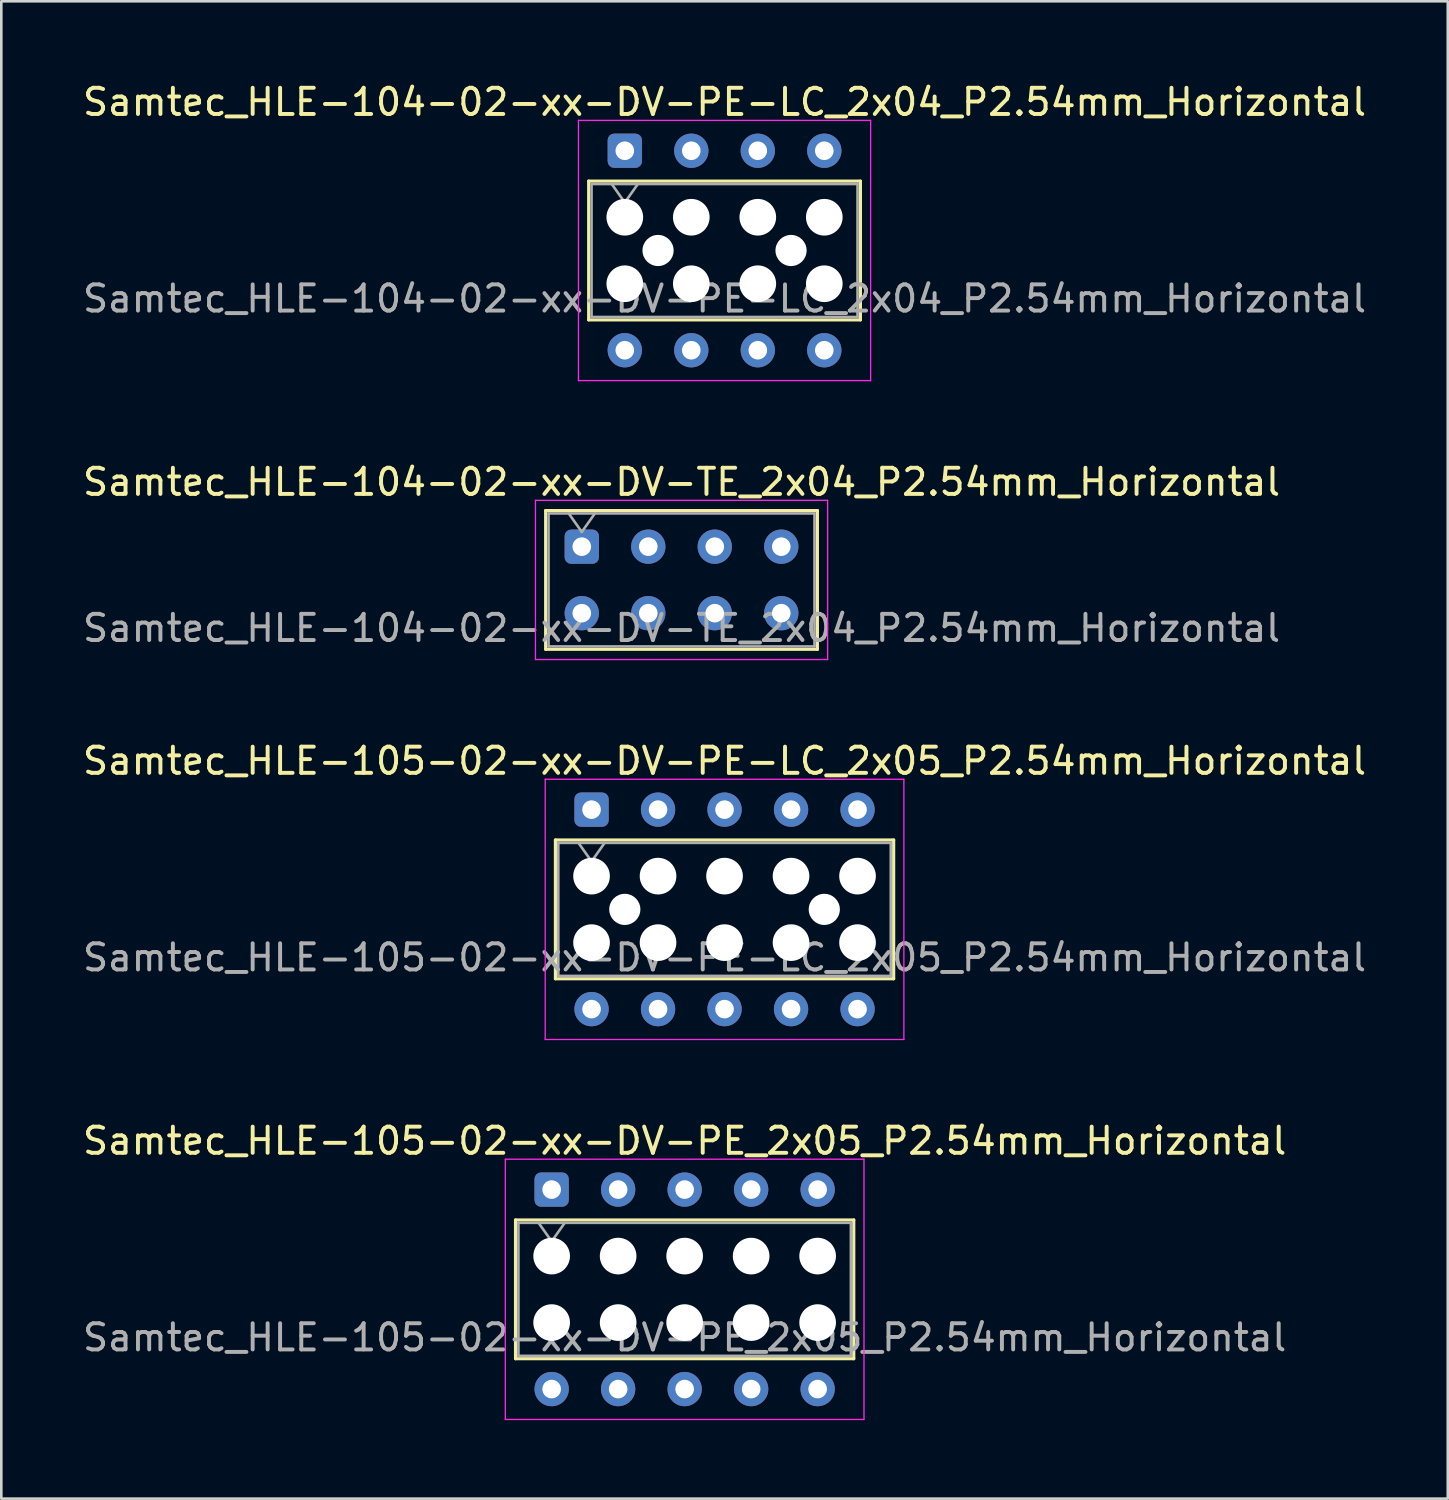
<source format=kicad_pcb>
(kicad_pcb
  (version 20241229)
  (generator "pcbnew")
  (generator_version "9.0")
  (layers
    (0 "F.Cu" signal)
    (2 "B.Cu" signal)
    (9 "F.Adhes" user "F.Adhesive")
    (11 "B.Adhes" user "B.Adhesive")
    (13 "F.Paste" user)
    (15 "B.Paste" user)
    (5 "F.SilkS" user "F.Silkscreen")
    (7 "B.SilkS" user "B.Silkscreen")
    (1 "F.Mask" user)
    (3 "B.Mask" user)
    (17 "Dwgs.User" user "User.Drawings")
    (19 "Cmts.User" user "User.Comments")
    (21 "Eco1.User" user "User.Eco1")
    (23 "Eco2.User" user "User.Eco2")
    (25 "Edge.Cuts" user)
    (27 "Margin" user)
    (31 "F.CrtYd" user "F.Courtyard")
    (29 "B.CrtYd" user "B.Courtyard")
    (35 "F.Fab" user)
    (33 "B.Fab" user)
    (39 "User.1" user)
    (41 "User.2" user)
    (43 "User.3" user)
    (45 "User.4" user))
  (footprint "Samtec_HLE-105-02-xx-DV-PE_2x05_P2.54mm_Horizontal"
    (layer "F.Cu")
    (at 18.021 42.388)
    (property "Reference" "Samtec_HLE-105-02-xx-DV-PE_2x05_P2.54mm_Horizontal" (at 5.08 -1.86 0) (layer "F.SilkS") (effects (font (size 1 1) (thickness 0.15))))
    (attr through_hole)
    (fp_line (start -1.38 1.16) (end 11.54 1.16) (stroke (width 0.12) (type solid)) (layer "F.SilkS"))
    (fp_line (start -1.38 6.46) (end -1.38 1.16) (stroke (width 0.12) (type solid)) (layer "F.SilkS"))
    (fp_line (start 11.54 1.16) (end 11.54 6.46) (stroke (width 0.12) (type solid)) (layer "F.SilkS"))
    (fp_line (start 11.54 6.46) (end -1.38 6.46) (stroke (width 0.12) (type solid)) (layer "F.SilkS"))
    (fp_line (start -1.77 -1.16) (end 11.93 -1.16) (stroke (width 0.05) (type solid)) (layer "F.CrtYd"))
    (fp_line (start -1.77 8.78) (end -1.77 -1.16) (stroke (width 0.05) (type solid)) (layer "F.CrtYd"))
    (fp_line (start 11.93 -1.16) (end 11.93 8.78) (stroke (width 0.05) (type solid)) (layer "F.CrtYd"))
    (fp_line (start 11.93 8.78) (end -1.77 8.78) (stroke (width 0.05) (type solid)) (layer "F.CrtYd"))
    (fp_line (start -1.27 1.27) (end 11.43 1.27) (stroke (width 0.1) (type solid)) (layer "F.Fab"))
    (fp_line (start -1.27 6.35) (end -1.27 1.27) (stroke (width 0.1) (type solid)) (layer "F.Fab"))
    (fp_line (start -0.5 1.27) (end 0 1.977) (stroke (width 0.1) (type solid)) (layer "F.Fab"))
    (fp_line (start 0 1.977) (end 0.5 1.27) (stroke (width 0.1) (type solid)) (layer "F.Fab"))
    (fp_line (start 11.43 1.27) (end 11.43 6.35) (stroke (width 0.1) (type solid)) (layer "F.Fab"))
    (fp_line (start 11.43 6.35) (end -1.27 6.35) (stroke (width 0.1) (type solid)) (layer "F.Fab"))
    (fp_text user "${REFERENCE}" (at 5.08 5.65 0) (layer "F.Fab") (effects (font (size 1 1) (thickness 0.15))))
    (pad "" np_thru_hole circle (at 0 2.54) (size 1.4 1.4) (drill 1.4) (layers "*.Cu" "*.Mask"))
    (pad "" np_thru_hole circle (at 0 5.08) (size 1.4 1.4) (drill 1.4) (layers "*.Cu" "*.Mask"))
    (pad "" np_thru_hole circle (at 2.54 2.54) (size 1.4 1.4) (drill 1.4) (layers "*.Cu" "*.Mask"))
    (pad "" np_thru_hole circle (at 2.54 5.08) (size 1.4 1.4) (drill 1.4) (layers "*.Cu" "*.Mask"))
    (pad "" np_thru_hole circle (at 5.08 2.54) (size 1.4 1.4) (drill 1.4) (layers "*.Cu" "*.Mask"))
    (pad "" np_thru_hole circle (at 5.08 5.08) (size 1.4 1.4) (drill 1.4) (layers "*.Cu" "*.Mask"))
    (pad "" np_thru_hole circle (at 7.62 2.54) (size 1.4 1.4) (drill 1.4) (layers "*.Cu" "*.Mask"))
    (pad "" np_thru_hole circle (at 7.62 5.08) (size 1.4 1.4) (drill 1.4) (layers "*.Cu" "*.Mask"))
    (pad "" np_thru_hole circle (at 10.16 2.54) (size 1.4 1.4) (drill 1.4) (layers "*.Cu" "*.Mask"))
    (pad "" np_thru_hole circle (at 10.16 5.08) (size 1.4 1.4) (drill 1.4) (layers "*.Cu" "*.Mask"))
    (pad "1" thru_hole roundrect (at 0 0) (size 1.31 1.31) (drill 0.71) (layers "*.Cu" "*.Mask") (roundrect_rratio 0.191))
    (pad "2" thru_hole circle (at 0 7.62) (size 1.31 1.31) (drill 0.71) (layers "*.Cu" "*.Mask"))
    (pad "3" thru_hole circle (at 2.54 0) (size 1.31 1.31) (drill 0.71) (layers "*.Cu" "*.Mask"))
    (pad "4" thru_hole circle (at 2.54 7.62) (size 1.31 1.31) (drill 0.71) (layers "*.Cu" "*.Mask"))
    (pad "5" thru_hole circle (at 5.08 0) (size 1.31 1.31) (drill 0.71) (layers "*.Cu" "*.Mask"))
    (pad "6" thru_hole circle (at 5.08 7.62) (size 1.31 1.31) (drill 0.71) (layers "*.Cu" "*.Mask"))
    (pad "7" thru_hole circle (at 7.62 0) (size 1.31 1.31) (drill 0.71) (layers "*.Cu" "*.Mask"))
    (pad "8" thru_hole circle (at 7.62 7.62) (size 1.31 1.31) (drill 0.71) (layers "*.Cu" "*.Mask"))
    (pad "9" thru_hole circle (at 10.16 0) (size 1.31 1.31) (drill 0.71) (layers "*.Cu" "*.Mask"))
    (pad "10" thru_hole circle (at 10.16 7.62) (size 1.31 1.31) (drill 0.71) (layers "*.Cu" "*.Mask")))
  (footprint "Samtec_HLE-104-02-xx-DV-TE_2x04_P2.54mm_Horizontal"
    (layer "F.Cu")
    (at 19.172 17.831)
    (property "Reference" "Samtec_HLE-104-02-xx-DV-TE_2x04_P2.54mm_Horizontal" (at 3.81 -2.47 0) (layer "F.SilkS") (effects (font (size 1 1) (thickness 0.15))))
    (attr through_hole)
    (fp_line (start -1.38 -1.38) (end 9 -1.38) (stroke (width 0.12) (type solid)) (layer "F.SilkS"))
    (fp_line (start -1.38 3.92) (end -1.38 -1.38) (stroke (width 0.12) (type solid)) (layer "F.SilkS"))
    (fp_line (start 9 -1.38) (end 9 3.92) (stroke (width 0.12) (type solid)) (layer "F.SilkS"))
    (fp_line (start 9 3.92) (end -1.38 3.92) (stroke (width 0.12) (type solid)) (layer "F.SilkS"))
    (fp_line (start -1.77 -1.77) (end 9.39 -1.77) (stroke (width 0.05) (type solid)) (layer "F.CrtYd"))
    (fp_line (start -1.77 4.31) (end -1.77 -1.77) (stroke (width 0.05) (type solid)) (layer "F.CrtYd"))
    (fp_line (start 9.39 -1.77) (end 9.39 4.31) (stroke (width 0.05) (type solid)) (layer "F.CrtYd"))
    (fp_line (start 9.39 4.31) (end -1.77 4.31) (stroke (width 0.05) (type solid)) (layer "F.CrtYd"))
    (fp_line (start -1.27 -1.27) (end 8.89 -1.27) (stroke (width 0.1) (type solid)) (layer "F.Fab"))
    (fp_line (start -1.27 3.81) (end -1.27 -1.27) (stroke (width 0.1) (type solid)) (layer "F.Fab"))
    (fp_line (start -0.5 -1.27) (end 0 -0.563) (stroke (width 0.1) (type solid)) (layer "F.Fab"))
    (fp_line (start 0 -0.563) (end 0.5 -1.27) (stroke (width 0.1) (type solid)) (layer "F.Fab"))
    (fp_line (start 8.89 -1.27) (end 8.89 3.81) (stroke (width 0.1) (type solid)) (layer "F.Fab"))
    (fp_line (start 8.89 3.81) (end -1.27 3.81) (stroke (width 0.1) (type solid)) (layer "F.Fab"))
    (fp_text user "${REFERENCE}" (at 3.81 3.11 0) (layer "F.Fab") (effects (font (size 1 1) (thickness 0.15))))
    (pad "1" thru_hole roundrect (at 0 0) (size 1.31 1.31) (drill 0.71) (layers "*.Cu" "*.Mask") (roundrect_rratio 0.191))
    (pad "2" thru_hole circle (at 0 2.54) (size 1.31 1.31) (drill 0.71) (layers "*.Cu" "*.Mask"))
    (pad "3" thru_hole circle (at 2.54 0) (size 1.31 1.31) (drill 0.71) (layers "*.Cu" "*.Mask"))
    (pad "4" thru_hole circle (at 2.54 2.54) (size 1.31 1.31) (drill 0.71) (layers "*.Cu" "*.Mask"))
    (pad "5" thru_hole circle (at 5.08 0) (size 1.31 1.31) (drill 0.71) (layers "*.Cu" "*.Mask"))
    (pad "6" thru_hole circle (at 5.08 2.54) (size 1.31 1.31) (drill 0.71) (layers "*.Cu" "*.Mask"))
    (pad "7" thru_hole circle (at 7.62 0) (size 1.31 1.31) (drill 0.71) (layers "*.Cu" "*.Mask"))
    (pad "8" thru_hole circle (at 7.62 2.54) (size 1.31 1.31) (drill 0.71) (layers "*.Cu" "*.Mask")))
  (footprint "Samtec_HLE-104-02-xx-DV-PE-LC_2x04_P2.54mm_Horizontal"
    (layer "F.Cu")
    (at 20.815 2.708)
    (property "Reference" "Samtec_HLE-104-02-xx-DV-PE-LC_2x04_P2.54mm_Horizontal" (at 3.81 -1.86 0) (layer "F.SilkS") (effects (font (size 1 1) (thickness 0.15))))
    (attr through_hole)
    (fp_line (start -1.38 1.16) (end 9 1.16) (stroke (width 0.12) (type solid)) (layer "F.SilkS"))
    (fp_line (start -1.38 6.46) (end -1.38 1.16) (stroke (width 0.12) (type solid)) (layer "F.SilkS"))
    (fp_line (start 9 1.16) (end 9 6.46) (stroke (width 0.12) (type solid)) (layer "F.SilkS"))
    (fp_line (start 9 6.46) (end -1.38 6.46) (stroke (width 0.12) (type solid)) (layer "F.SilkS"))
    (fp_line (start -1.77 -1.16) (end 9.39 -1.16) (stroke (width 0.05) (type solid)) (layer "F.CrtYd"))
    (fp_line (start -1.77 8.78) (end -1.77 -1.16) (stroke (width 0.05) (type solid)) (layer "F.CrtYd"))
    (fp_line (start 9.39 -1.16) (end 9.39 8.78) (stroke (width 0.05) (type solid)) (layer "F.CrtYd"))
    (fp_line (start 9.39 8.78) (end -1.77 8.78) (stroke (width 0.05) (type solid)) (layer "F.CrtYd"))
    (fp_line (start -1.27 1.27) (end 8.89 1.27) (stroke (width 0.1) (type solid)) (layer "F.Fab"))
    (fp_line (start -1.27 6.35) (end -1.27 1.27) (stroke (width 0.1) (type solid)) (layer "F.Fab"))
    (fp_line (start -0.5 1.27) (end 0 1.977) (stroke (width 0.1) (type solid)) (layer "F.Fab"))
    (fp_line (start 0 1.977) (end 0.5 1.27) (stroke (width 0.1) (type solid)) (layer "F.Fab"))
    (fp_line (start 8.89 1.27) (end 8.89 6.35) (stroke (width 0.1) (type solid)) (layer "F.Fab"))
    (fp_line (start 8.89 6.35) (end -1.27 6.35) (stroke (width 0.1) (type solid)) (layer "F.Fab"))
    (fp_text user "${REFERENCE}" (at 3.81 5.65 0) (layer "F.Fab") (effects (font (size 1 1) (thickness 0.15))))
    (pad "" np_thru_hole circle (at 0 2.54) (size 1.4 1.4) (drill 1.4) (layers "*.Cu" "*.Mask"))
    (pad "" np_thru_hole circle (at 0 5.08) (size 1.4 1.4) (drill 1.4) (layers "*.Cu" "*.Mask"))
    (pad "" np_thru_hole circle (at 1.27 3.81) (size 1.19 1.19) (drill 1.19) (layers "*.Cu" "*.Mask"))
    (pad "" np_thru_hole circle (at 2.54 2.54) (size 1.4 1.4) (drill 1.4) (layers "*.Cu" "*.Mask"))
    (pad "" np_thru_hole circle (at 2.54 5.08) (size 1.4 1.4) (drill 1.4) (layers "*.Cu" "*.Mask"))
    (pad "" np_thru_hole circle (at 5.08 2.54) (size 1.4 1.4) (drill 1.4) (layers "*.Cu" "*.Mask"))
    (pad "" np_thru_hole circle (at 5.08 5.08) (size 1.4 1.4) (drill 1.4) (layers "*.Cu" "*.Mask"))
    (pad "" np_thru_hole circle (at 6.35 3.81) (size 1.19 1.19) (drill 1.19) (layers "*.Cu" "*.Mask"))
    (pad "" np_thru_hole circle (at 7.62 2.54) (size 1.4 1.4) (drill 1.4) (layers "*.Cu" "*.Mask"))
    (pad "" np_thru_hole circle (at 7.62 5.08) (size 1.4 1.4) (drill 1.4) (layers "*.Cu" "*.Mask"))
    (pad "1" thru_hole roundrect (at 0 0) (size 1.31 1.31) (drill 0.71) (layers "*.Cu" "*.Mask") (roundrect_rratio 0.191))
    (pad "2" thru_hole circle (at 0 7.62) (size 1.31 1.31) (drill 0.71) (layers "*.Cu" "*.Mask"))
    (pad "3" thru_hole circle (at 2.54 0) (size 1.31 1.31) (drill 0.71) (layers "*.Cu" "*.Mask"))
    (pad "4" thru_hole circle (at 2.54 7.62) (size 1.31 1.31) (drill 0.71) (layers "*.Cu" "*.Mask"))
    (pad "5" thru_hole circle (at 5.08 0) (size 1.31 1.31) (drill 0.71) (layers "*.Cu" "*.Mask"))
    (pad "6" thru_hole circle (at 5.08 7.62) (size 1.31 1.31) (drill 0.71) (layers "*.Cu" "*.Mask"))
    (pad "7" thru_hole circle (at 7.62 0) (size 1.31 1.31) (drill 0.71) (layers "*.Cu" "*.Mask"))
    (pad "8" thru_hole circle (at 7.62 7.62) (size 1.31 1.31) (drill 0.71) (layers "*.Cu" "*.Mask")))
  (footprint "Samtec_HLE-105-02-xx-DV-PE-LC_2x05_P2.54mm_Horizontal"
    (layer "F.Cu")
    (at 19.545 27.875)
    (property "Reference" "Samtec_HLE-105-02-xx-DV-PE-LC_2x05_P2.54mm_Horizontal" (at 5.08 -1.86 0) (layer "F.SilkS") (effects (font (size 1 1) (thickness 0.15))))
    (attr through_hole)
    (fp_line (start -1.38 1.16) (end 11.54 1.16) (stroke (width 0.12) (type solid)) (layer "F.SilkS"))
    (fp_line (start -1.38 6.46) (end -1.38 1.16) (stroke (width 0.12) (type solid)) (layer "F.SilkS"))
    (fp_line (start 11.54 1.16) (end 11.54 6.46) (stroke (width 0.12) (type solid)) (layer "F.SilkS"))
    (fp_line (start 11.54 6.46) (end -1.38 6.46) (stroke (width 0.12) (type solid)) (layer "F.SilkS"))
    (fp_line (start -1.77 -1.16) (end 11.93 -1.16) (stroke (width 0.05) (type solid)) (layer "F.CrtYd"))
    (fp_line (start -1.77 8.78) (end -1.77 -1.16) (stroke (width 0.05) (type solid)) (layer "F.CrtYd"))
    (fp_line (start 11.93 -1.16) (end 11.93 8.78) (stroke (width 0.05) (type solid)) (layer "F.CrtYd"))
    (fp_line (start 11.93 8.78) (end -1.77 8.78) (stroke (width 0.05) (type solid)) (layer "F.CrtYd"))
    (fp_line (start -1.27 1.27) (end 11.43 1.27) (stroke (width 0.1) (type solid)) (layer "F.Fab"))
    (fp_line (start -1.27 6.35) (end -1.27 1.27) (stroke (width 0.1) (type solid)) (layer "F.Fab"))
    (fp_line (start -0.5 1.27) (end 0 1.977) (stroke (width 0.1) (type solid)) (layer "F.Fab"))
    (fp_line (start 0 1.977) (end 0.5 1.27) (stroke (width 0.1) (type solid)) (layer "F.Fab"))
    (fp_line (start 11.43 1.27) (end 11.43 6.35) (stroke (width 0.1) (type solid)) (layer "F.Fab"))
    (fp_line (start 11.43 6.35) (end -1.27 6.35) (stroke (width 0.1) (type solid)) (layer "F.Fab"))
    (fp_text user "${REFERENCE}" (at 5.08 5.65 0) (layer "F.Fab") (effects (font (size 1 1) (thickness 0.15))))
    (pad "" np_thru_hole circle (at 0 2.54) (size 1.4 1.4) (drill 1.4) (layers "*.Cu" "*.Mask"))
    (pad "" np_thru_hole circle (at 0 5.08) (size 1.4 1.4) (drill 1.4) (layers "*.Cu" "*.Mask"))
    (pad "" np_thru_hole circle (at 1.27 3.81) (size 1.19 1.19) (drill 1.19) (layers "*.Cu" "*.Mask"))
    (pad "" np_thru_hole circle (at 2.54 2.54) (size 1.4 1.4) (drill 1.4) (layers "*.Cu" "*.Mask"))
    (pad "" np_thru_hole circle (at 2.54 5.08) (size 1.4 1.4) (drill 1.4) (layers "*.Cu" "*.Mask"))
    (pad "" np_thru_hole circle (at 5.08 2.54) (size 1.4 1.4) (drill 1.4) (layers "*.Cu" "*.Mask"))
    (pad "" np_thru_hole circle (at 5.08 5.08) (size 1.4 1.4) (drill 1.4) (layers "*.Cu" "*.Mask"))
    (pad "" np_thru_hole circle (at 7.62 2.54) (size 1.4 1.4) (drill 1.4) (layers "*.Cu" "*.Mask"))
    (pad "" np_thru_hole circle (at 7.62 5.08) (size 1.4 1.4) (drill 1.4) (layers "*.Cu" "*.Mask"))
    (pad "" np_thru_hole circle (at 8.89 3.81) (size 1.19 1.19) (drill 1.19) (layers "*.Cu" "*.Mask"))
    (pad "" np_thru_hole circle (at 10.16 2.54) (size 1.4 1.4) (drill 1.4) (layers "*.Cu" "*.Mask"))
    (pad "" np_thru_hole circle (at 10.16 5.08) (size 1.4 1.4) (drill 1.4) (layers "*.Cu" "*.Mask"))
    (pad "1" thru_hole roundrect (at 0 0) (size 1.31 1.31) (drill 0.71) (layers "*.Cu" "*.Mask") (roundrect_rratio 0.191))
    (pad "2" thru_hole circle (at 0 7.62) (size 1.31 1.31) (drill 0.71) (layers "*.Cu" "*.Mask"))
    (pad "3" thru_hole circle (at 2.54 0) (size 1.31 1.31) (drill 0.71) (layers "*.Cu" "*.Mask"))
    (pad "4" thru_hole circle (at 2.54 7.62) (size 1.31 1.31) (drill 0.71) (layers "*.Cu" "*.Mask"))
    (pad "5" thru_hole circle (at 5.08 0) (size 1.31 1.31) (drill 0.71) (layers "*.Cu" "*.Mask"))
    (pad "6" thru_hole circle (at 5.08 7.62) (size 1.31 1.31) (drill 0.71) (layers "*.Cu" "*.Mask"))
    (pad "7" thru_hole circle (at 7.62 0) (size 1.31 1.31) (drill 0.71) (layers "*.Cu" "*.Mask"))
    (pad "8" thru_hole circle (at 7.62 7.62) (size 1.31 1.31) (drill 0.71) (layers "*.Cu" "*.Mask"))
    (pad "9" thru_hole circle (at 10.16 0) (size 1.31 1.31) (drill 0.71) (layers "*.Cu" "*.Mask"))
    (pad "10" thru_hole circle (at 10.16 7.62) (size 1.31 1.31) (drill 0.71) (layers "*.Cu" "*.Mask")))
  (gr_rect
    (start -3 -3)
    (end 52.25 54.193)
    (stroke (width 0.1) (type default))
    (fill no)
    (layer "Edge.Cuts")))
</source>
